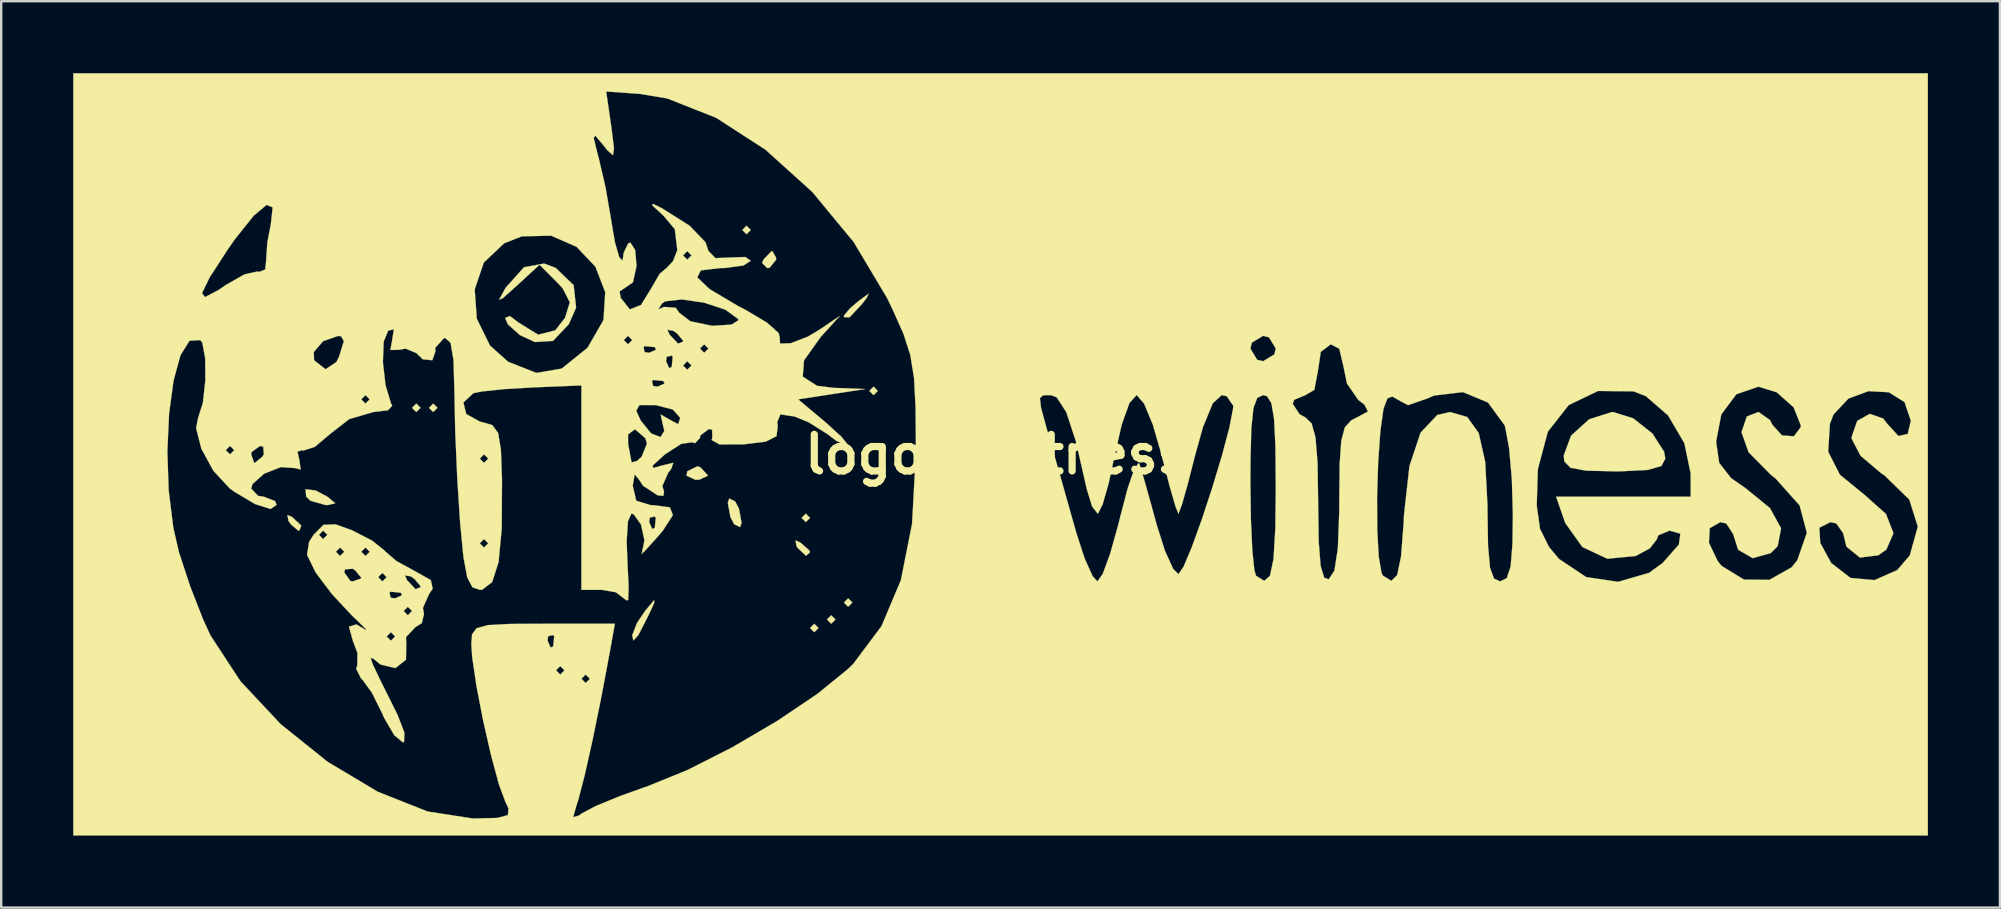
<source format=kicad_pcb>
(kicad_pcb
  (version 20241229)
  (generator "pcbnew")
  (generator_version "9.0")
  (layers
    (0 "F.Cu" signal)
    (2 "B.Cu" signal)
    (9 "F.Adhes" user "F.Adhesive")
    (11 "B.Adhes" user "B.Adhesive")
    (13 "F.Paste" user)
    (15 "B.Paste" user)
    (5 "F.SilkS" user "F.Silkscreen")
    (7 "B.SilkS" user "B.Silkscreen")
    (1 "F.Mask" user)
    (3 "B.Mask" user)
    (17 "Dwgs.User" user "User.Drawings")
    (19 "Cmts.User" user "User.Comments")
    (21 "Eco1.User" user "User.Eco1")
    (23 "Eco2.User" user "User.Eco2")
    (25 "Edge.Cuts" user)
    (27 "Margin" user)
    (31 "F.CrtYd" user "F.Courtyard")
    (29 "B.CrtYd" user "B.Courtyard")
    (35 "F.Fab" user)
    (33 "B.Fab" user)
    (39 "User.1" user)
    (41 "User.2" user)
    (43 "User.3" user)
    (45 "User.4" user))
  (footprint "logo-iwitness"
    (layer "F.Cu")
    (at 38.458 15.88)
    (property "Reference" "logo-iwitness" (at 0 0 0) (layer "F.SilkS") (effects (font (size 1.524 1.524) (thickness 0.3))))
    (attr through_hole)
    (fp_poly (pts (xy -23.989 -1.94) (xy -24.165 -1.764) (xy -24.342 -1.94) (xy -24.165 -2.117) (xy -23.989 -1.94)) (stroke (width 0.01) (type solid)) (fill yes) (layer "F.SilkS"))
    (fp_poly (pts (xy -23.283 -1.94) (xy -23.46 -1.764) (xy -23.636 -1.94) (xy -23.46 -2.117) (xy -23.283 -1.94)) (stroke (width 0.01) (type solid)) (fill yes) (layer "F.SilkS"))
    (fp_poly (pts (xy -10.231 -9.349) (xy -10.407 -9.172) (xy -10.583 -9.349) (xy -10.407 -9.525) (xy -10.231 -9.349)) (stroke (width 0.01) (type solid)) (fill yes) (layer "F.SilkS"))
    (fp_poly (pts (xy -7.761 2.646) (xy -7.938 2.822) (xy -8.114 2.646) (xy -7.938 2.469) (xy -7.761 2.646)) (stroke (width 0.01) (type solid)) (fill yes) (layer "F.SilkS"))
    (fp_poly (pts (xy -7.408 7.232) (xy -7.585 7.408) (xy -7.761 7.232) (xy -7.585 7.056) (xy -7.408 7.232)) (stroke (width 0.01) (type solid)) (fill yes) (layer "F.SilkS"))
    (fp_poly (pts (xy -6.703 6.879) (xy -6.879 7.056) (xy -7.056 6.879) (xy -6.879 6.703) (xy -6.703 6.879)) (stroke (width 0.01) (type solid)) (fill yes) (layer "F.SilkS"))
    (fp_poly (pts (xy -5.997 6.174) (xy -6.174 6.35) (xy -6.35 6.174) (xy -6.174 5.997) (xy -5.997 6.174)) (stroke (width 0.01) (type solid)) (fill yes) (layer "F.SilkS"))
    (fp_poly (pts (xy -4.939 -2.646) (xy -5.115 -2.469) (xy -5.292 -2.646) (xy -5.115 -2.822) (xy -4.939 -2.646)) (stroke (width 0.01) (type solid)) (fill yes) (layer "F.SilkS"))
    (fp_poly (pts (xy -29.335 2.612) (xy -28.956 2.967) (xy -29.034 3.172) (xy -29.083 3.175) (xy -29.382 2.924) (xy -29.491 2.768) (xy -29.532 2.526) (xy -29.335 2.612)) (stroke (width 0.01) (type solid)) (fill yes) (layer "F.SilkS"))
    (fp_poly (pts (xy -12.323 0.544) (xy -12.01 0.885) (xy -12.366 1.051) (xy -12.544 1.058) (xy -12.908 0.885) (xy -12.873 0.7) (xy -12.45 0.496) (xy -12.323 0.544)) (stroke (width 0.01) (type solid)) (fill yes) (layer "F.SilkS"))
    (fp_poly (pts (xy -8.168 3.67) (xy -7.793 3.998) (xy -7.761 4.078) (xy -7.929 4.223) (xy -8.277 3.898) (xy -8.324 3.826) (xy -8.366 3.585) (xy -8.168 3.67)) (stroke (width 0.01) (type solid)) (fill yes) (layer "F.SilkS"))
    (fp_poly (pts (xy -28.359 1.504) (xy -27.869 1.764) (xy -27.539 2.038) (xy -27.857 2.11) (xy -27.937 2.111) (xy -28.575 1.932) (xy -28.751 1.764) (xy -28.78 1.452) (xy -28.359 1.504)) (stroke (width 0.01) (type solid)) (fill yes) (layer "F.SilkS"))
    (fp_poly (pts (xy -14.255 6.191) (xy -14.492 6.703) (xy -14.913 7.527) (xy -15.122 7.756) (xy -15.169 7.535) (xy -14.968 7.017) (xy -14.621 6.506) (xy -14.256 6.072) (xy -14.255 6.191)) (stroke (width 0.01) (type solid)) (fill yes) (layer "F.SilkS"))
    (fp_poly (pts (xy -10.881 1.958) (xy -10.724 2.258) (xy -10.614 2.848) (xy -10.673 3.029) (xy -10.921 2.91) (xy -11.077 2.611) (xy -11.187 2.021) (xy -11.129 1.839) (xy -10.881 1.958)) (stroke (width 0.01) (type solid)) (fill yes) (layer "F.SilkS"))
    (fp_poly (pts (xy -9.176 -8.194) (xy -9.172 -8.114) (xy -9.443 -7.775) (xy -9.546 -7.761) (xy -9.757 -7.977) (xy -9.701 -8.114) (xy -9.384 -8.45) (xy -9.328 -8.467) (xy -9.176 -8.194)) (stroke (width 0.01) (type solid)) (fill yes) (layer "F.SilkS"))
    (fp_poly (pts (xy -5.402 -6.517) (xy -5.599 -6.262) (xy -6.114 -5.713) (xy -6.344 -5.716) (xy -6.35 -5.778) (xy -6.109 -6.072) (xy -5.733 -6.395) (xy -5.315 -6.7) (xy -5.402 -6.517)) (stroke (width 0.01) (type solid)) (fill yes) (layer "F.SilkS"))
    (fp_poly (pts (xy 26.535 -1.501) (xy 27.333 -0.87) (xy 27.821 -0.106) (xy 27.869 0.176) (xy 27.707 0.484) (xy 27.131 0.649) (xy 26.008 0.705) (xy 25.753 0.706) (xy 24.563 0.677) (xy 23.921 0.557) (xy 23.667 0.3) (xy 23.636 0.055) (xy 23.944 -0.782) (xy 24.698 -1.463) (xy 25.641 -1.763) (xy 25.692 -1.764) (xy 26.535 -1.501)) (stroke (width 0.01) (type solid)) (fill yes) (layer "F.SilkS"))
    (fp_poly (pts (xy -18.36 -7.77) (xy -17.61 -7.051) (xy -17.507 -6.114) (xy -17.815 -5.418) (xy -18.471 -4.728) (xy -19.224 -4.681) (xy -19.844 -4.967) (xy -20.353 -5.421) (xy -20.461 -5.687) (xy -20.263 -5.764) (xy -19.907 -5.493) (xy -19.089 -4.986) (xy -18.374 -5.168) (xy -17.969 -5.687) (xy -17.769 -6.335) (xy -18.066 -6.918) (xy -18.3 -7.168) (xy -19.033 -7.9) (xy -19.97 -7.037) (xy -20.563 -6.505) (xy -20.714 -6.446) (xy -20.496 -6.847) (xy -20.427 -6.961) (xy -19.676 -7.798) (xy -18.837 -7.95) (xy -18.36 -7.77)) (stroke (width 0.01) (type solid)) (fill yes) (layer "F.SilkS"))
    (fp_poly (pts (xy -26.85 3.159) (xy -26.014 3.587) (xy -25.496 3.999) (xy -25.48 4.022) (xy -24.992 4.444) (xy -24.218 4.867) (xy -23.559 5.238) (xy -23.483 5.595) (xy -23.631 5.814) (xy -23.889 6.394) (xy -23.845 6.65) (xy -23.936 7.032) (xy -24.204 7.198) (xy -24.595 7.613) (xy -24.582 7.897) (xy -24.595 8.554) (xy -25.037 8.903) (xy -25.654 8.755) (xy -25.695 8.723) (xy -25.957 8.509) (xy -26.067 8.476) (xy -25.986 8.731) (xy -25.677 9.384) (xy -25.101 10.539) (xy -24.947 10.848) (xy -24.662 11.587) (xy -24.675 11.976) (xy -24.729 11.994) (xy -25.082 11.701) (xy -25.505 10.975) (xy -25.589 10.784) (xy -26.015 9.927) (xy -26.407 9.388) (xy -26.459 9.348) (xy -26.671 8.93) (xy -26.624 8.802) (xy -26.616 8.271) (xy -26.807 7.768) (xy -26.858 7.585) (xy -25.4 7.585) (xy -25.224 7.761) (xy -25.047 7.585) (xy -25.224 7.408) (xy -25.4 7.585) (xy -26.858 7.585) (xy -26.97 7.179) (xy -26.66 7.082) (xy -26.259 7.32) (xy -26.257 7.288) (xy -26.668 6.881) (xy -26.856 6.703) (xy -27.021 6.526) (xy -24.694 6.526) (xy -24.518 6.703) (xy -24.342 6.526) (xy -24.518 6.35) (xy -24.694 6.526) (xy -27.021 6.526) (xy -27.679 5.82) (xy -27.723 5.762) (xy -25.282 5.762) (xy -25.234 5.972) (xy -25.047 5.997) (xy -24.757 5.868) (xy -24.812 5.762) (xy -25.231 5.72) (xy -25.282 5.762) (xy -27.723 5.762) (xy -28.353 4.925) (xy -28.357 4.918) (xy -27.164 4.918) (xy -26.908 5.277) (xy -26.811 5.292) (xy -26.468 5.171) (xy -26.458 5.136) (xy -26.475 5.115) (xy -25.753 5.115) (xy -25.576 5.292) (xy -25.4 5.115) (xy -25.475 5.04) (xy -24.638 5.04) (xy -24.552 5.237) (xy -24.197 5.616) (xy -23.992 5.538) (xy -23.989 5.489) (xy -24.239 5.19) (xy -24.396 5.082) (xy -24.638 5.04) (xy -25.475 5.04) (xy -25.576 4.939) (xy -25.753 5.115) (xy -26.475 5.115) (xy -26.706 4.835) (xy -26.811 4.763) (xy -27.136 4.79) (xy -27.164 4.918) (xy -28.357 4.918) (xy -28.359 4.916) (xy -28.716 4.186) (xy -28.696 4.057) (xy -27.517 4.057) (xy -27.34 4.233) (xy -27.164 4.057) (xy -26.458 4.057) (xy -26.282 4.233) (xy -26.106 4.057) (xy -26.282 3.881) (xy -26.458 4.057) (xy -27.164 4.057) (xy -27.34 3.881) (xy -27.517 4.057) (xy -28.696 4.057) (xy -28.631 3.643) (xy -28.444 3.354) (xy -28.442 3.351) (xy -28.222 3.351) (xy -28.046 3.528) (xy -27.869 3.351) (xy -28.046 3.175) (xy -28.222 3.351) (xy -28.442 3.351) (xy -28.035 2.937) (xy -27.53 2.914) (xy -26.85 3.159)) (stroke (width 0.01) (type solid)) (fill yes) (layer "F.SilkS"))
    (fp_poly (pts (xy 38.806 15.875) (xy -38.453 15.875) (xy -38.453 -0.139) (xy -34.536 -0.139) (xy -34.482 1.489) (xy -34.289 3.052) (xy -34.052 4.079) (xy -33.588 5.491) (xy -33.05 6.869) (xy -32.737 7.548) (xy -31.49 9.451) (xy -29.814 11.24) (xy -27.856 12.81) (xy -25.767 14.057) (xy -23.695 14.878) (xy -21.812 15.169) (xy -20.797 15.146) (xy -20.348 15.028) (xy -20.325 14.747) (xy -20.449 14.487) (xy -20.724 13.742) (xy -21.051 12.533) (xy -21.379 11.094) (xy -21.657 9.659) (xy -21.703 9.349) (xy -17.286 9.349) (xy -17.11 9.525) (xy -16.933 9.349) (xy -17.11 9.172) (xy -17.286 9.349) (xy -21.703 9.349) (xy -21.755 8.996) (xy -18.344 8.996) (xy -18.168 9.172) (xy -17.992 8.996) (xy -18.168 8.819) (xy -18.344 8.996) (xy -21.755 8.996) (xy -21.835 8.461) (xy -21.872 7.914) (xy -21.861 7.761) (xy -18.697 7.761) (xy -18.568 8.051) (xy -18.462 7.996) (xy -18.42 7.578) (xy -18.462 7.526) (xy -18.672 7.574) (xy -18.697 7.761) (xy -21.861 7.761) (xy -21.842 7.498) (xy -21.658 7.244) (xy -21.18 7.112) (xy -20.268 7.063) (xy -18.882 7.056) (xy -15.893 7.056) (xy -16.098 8.202) (xy -16.455 10.107) (xy -16.817 11.88) (xy -17.147 13.356) (xy -17.41 14.374) (xy -17.498 14.64) (xy -17.629 15.116) (xy -17.381 15.042) (xy -17.264 14.954) (xy -16.68 14.645) (xy -15.652 14.224) (xy -14.505 13.815) (xy -12.863 13.148) (xy -10.999 12.202) (xy -9.124 11.102) (xy -7.444 9.97) (xy -6.169 8.932) (xy -5.955 8.72) (xy -4.783 7.153) (xy -3.978 5.244) (xy -3.511 2.892) (xy -3.352 -0.004) (xy -3.351 -0.176) (xy -3.364 -1.921) (xy -3.385 -2.343) (xy 1.815 -2.343) (xy 1.862 -1.941) (xy 2.092 -1.095) (xy 2.261 -0.505) (xy 2.656 0.879) (xy 3.105 2.468) (xy 3.33 3.263) (xy 3.68 4.339) (xy 4.012 5.075) (xy 4.213 5.292) (xy 4.435 4.974) (xy 4.744 4.132) (xy 5.08 2.93) (xy 5.16 2.604) (xy 5.471 1.418) (xy 5.743 0.626) (xy 5.929 0.357) (xy 5.961 0.399) (xy 6.139 0.986) (xy 6.427 2.005) (xy 6.681 2.935) (xy 7.026 4.021) (xy 7.365 4.766) (xy 7.585 4.99) (xy 7.801 4.678) (xy 8.146 3.857) (xy 8.565 2.697) (xy 9.001 1.371) (xy 9.06 1.176) (xy 10.583 1.176) (xy 10.605 2.715) (xy 10.663 3.981) (xy 10.748 4.815) (xy 10.819 5.056) (xy 11.162 5.27) (xy 11.4 5.059) (xy 11.548 4.353) (xy 11.623 3.078) (xy 11.642 1.411) (xy 11.627 -0.326) (xy 11.571 -1.47) (xy 11.464 -2.106) (xy 12.347 -2.106) (xy 12.629 -1.676) (xy 12.876 -1.539) (xy 13.134 -1.292) (xy 13.296 -0.71) (xy 13.381 0.33) (xy 13.406 1.948) (xy 13.406 2.007) (xy 13.43 3.638) (xy 13.51 4.652) (xy 13.66 5.139) (xy 13.847 5.203) (xy 14.084 4.843) (xy 14.228 3.913) (xy 14.286 2.355) (xy 14.287 1.911) (xy 14.289 1.745) (xy 15.862 1.745) (xy 15.868 3.112) (xy 15.928 4.24) (xy 16.048 4.941) (xy 16.11 5.056) (xy 16.459 5.269) (xy 16.7 5.029) (xy 16.86 4.259) (xy 16.967 2.879) (xy 16.985 2.505) (xy 17.211 0.482) (xy 17.674 -0.904) (xy 18.368 -1.64) (xy 18.903 -1.764) (xy 19.617 -1.558) (xy 20.095 -0.891) (xy 20.367 0.312) (xy 20.461 2.123) (xy 20.461 2.318) (xy 20.484 3.81) (xy 20.567 4.721) (xy 20.733 5.174) (xy 20.99 5.292) (xy 21.263 5.158) (xy 21.426 4.673) (xy 21.503 3.712) (xy 21.519 2.492) (xy 21.509 2.134) (xy 22.513 2.134) (xy 22.65 3.105) (xy 23.023 3.854) (xy 23.443 4.358) (xy 24.576 5.113) (xy 25.905 5.309) (xy 27.194 4.936) (xy 27.759 4.525) (xy 28.436 3.755) (xy 28.445 3.684) (xy 29.687 3.684) (xy 30.052 4.444) (xy 30.217 4.647) (xy 31.146 5.216) (xy 32.207 5.228) (xy 33.136 4.701) (xy 33.368 4.412) (xy 33.767 3.265) (xy 33.712 3.055) (xy 34.287 3.055) (xy 34.325 3.691) (xy 34.783 4.527) (xy 35.586 5.148) (xy 36.584 5.238) (xy 37.532 4.821) (xy 38.055 4.209) (xy 38.39 3.007) (xy 38.035 1.883) (xy 37.005 0.878) (xy 36.872 0.791) (xy 36.004 0.057) (xy 35.634 -0.653) (xy 35.631 -0.72) (xy 35.865 -1.397) (xy 36.392 -1.689) (xy 36.949 -1.493) (xy 37.103 -1.289) (xy 37.582 -0.765) (xy 37.969 -0.852) (xy 38.1 -1.399) (xy 37.836 -2.18) (xy 37.18 -2.589) (xy 36.333 -2.635) (xy 35.498 -2.324) (xy 34.878 -1.665) (xy 34.726 -1.272) (xy 34.654 -0.11) (xy 35.143 0.847) (xy 36.161 1.679) (xy 37.062 2.481) (xy 37.376 3.281) (xy 37.077 3.967) (xy 36.743 4.204) (xy 35.977 4.299) (xy 35.416 3.844) (xy 35.278 3.281) (xy 34.994 2.875) (xy 34.749 2.822) (xy 34.287 3.055) (xy 33.712 3.055) (xy 33.465 2.125) (xy 32.466 1.006) (xy 32.276 0.856) (xy 31.34 -0.089) (xy 31.044 -0.924) (xy 31.267 -1.578) (xy 31.753 -1.767) (xy 32.234 -1.426) (xy 32.328 -1.235) (xy 32.728 -0.791) (xy 33.225 -0.753) (xy 33.509 -1.128) (xy 33.514 -1.21) (xy 33.215 -1.962) (xy 32.512 -2.587) (xy 31.75 -2.822) (xy 30.829 -2.506) (xy 30.201 -1.663) (xy 29.986 -0.533) (xy 30.112 0.349) (xy 30.61 0.989) (xy 31.203 1.4) (xy 32.23 2.237) (xy 32.693 3.078) (xy 32.551 3.823) (xy 32.263 4.112) (xy 31.513 4.323) (xy 30.904 3.972) (xy 30.692 3.308) (xy 30.408 2.878) (xy 30.163 2.822) (xy 29.722 3.073) (xy 29.687 3.684) (xy 28.445 3.684) (xy 28.497 3.302) (xy 28.046 3.175) (xy 27.576 3.37) (xy 27.517 3.537) (xy 27.225 3.916) (xy 26.633 4.234) (xy 25.456 4.347) (xy 24.412 3.857) (xy 23.705 2.863) (xy 23.672 2.774) (xy 23.32 1.764) (xy 28.928 1.764) (xy 28.926 0.794) (xy 28.663 -0.47) (xy 27.985 -1.622) (xy 27.059 -2.427) (xy 26.545 -2.627) (xy 25.067 -2.642) (xy 23.843 -2.053) (xy 22.975 -0.944) (xy 22.564 0.599) (xy 22.556 0.706) (xy 22.513 2.134) (xy 21.509 2.134) (xy 21.476 1.03) (xy 21.362 -0.263) (xy 21.2 -1.137) (xy 21.173 -1.218) (xy 20.483 -2.161) (xy 19.439 -2.595) (xy 18.237 -2.452) (xy 17.97 -2.335) (xy 17.155 -2.051) (xy 16.842 -2.215) (xy 16.497 -2.411) (xy 16.295 -2.335) (xy 16.128 -1.9) (xy 15.997 -0.95) (xy 15.907 0.328) (xy 15.862 1.745) (xy 14.289 1.745) (xy 14.303 0.391) (xy 14.371 -0.572) (xy 14.52 -1.126) (xy 14.783 -1.418) (xy 14.993 -1.524) (xy 15.482 -1.785) (xy 15.339 -2.069) (xy 15.081 -2.268) (xy 14.608 -2.951) (xy 14.464 -3.655) (xy 14.288 -4.401) (xy 13.935 -4.586) (xy 13.515 -4.271) (xy 13.406 -3.528) (xy 13.248 -2.688) (xy 12.876 -2.469) (xy 12.407 -2.273) (xy 12.347 -2.106) (xy 11.464 -2.106) (xy 11.46 -2.132) (xy 11.278 -2.424) (xy 11.113 -2.469) (xy 10.869 -2.355) (xy 10.712 -1.935) (xy 10.623 -1.095) (xy 10.587 0.28) (xy 10.583 1.176) (xy 9.06 1.176) (xy 9.4 0.048) (xy 9.705 -1.099) (xy 9.861 -1.899) (xy 9.87 -2.028) (xy 9.597 -2.426) (xy 9.387 -2.469) (xy 9.016 -2.127) (xy 8.607 -1.134) (xy 8.29 0) (xy 7.983 1.203) (xy 7.734 2.082) (xy 7.592 2.465) (xy 7.585 2.469) (xy 7.459 2.155) (xy 7.22 1.325) (xy 6.916 0.151) (xy 6.879 0) (xy 6.519 -1.241) (xy 6.154 -2.117) (xy 5.852 -2.468) (xy 5.839 -2.469) (xy 5.545 -2.14) (xy 5.222 -1.236) (xy 4.939 0) (xy 4.678 1.21) (xy 4.426 2.09) (xy 4.234 2.466) (xy 4.221 2.469) (xy 3.988 2.164) (xy 3.76 1.42) (xy 3.743 1.342) (xy 3.316 -0.539) (xy 2.913 -1.763) (xy 2.516 -2.376) (xy 2.279 -2.469) (xy 1.954 -2.465) (xy 1.815 -2.343) (xy -3.385 -2.343) (xy -3.428 -3.171) (xy -3.583 -4.136) (xy -3.671 -4.41) (xy 10.583 -4.41) (xy 10.866 -3.942) (xy 11.113 -3.881) (xy 11.58 -4.163) (xy 11.642 -4.41) (xy 11.359 -4.877) (xy 11.113 -4.939) (xy 10.645 -4.657) (xy 10.583 -4.41) (xy -3.671 -4.41) (xy -3.87 -5.027) (xy -4.328 -6.053) (xy -4.558 -6.526) (xy -5.942 -8.846) (xy -7.667 -10.933) (xy -9.615 -12.691) (xy -11.67 -14.022) (xy -13.712 -14.829) (xy -14.847 -15.018) (xy -16.254 -15.119) (xy -16.04 -13.645) (xy -15.928 -12.755) (xy -15.972 -12.465) (xy -16.214 -12.68) (xy -16.369 -12.876) (xy -16.706 -13.28) (xy -16.776 -13.182) (xy -16.608 -12.501) (xy -16.565 -12.347) (xy -16.279 -11.114) (xy -16.053 -9.802) (xy -16.043 -9.726) (xy -15.888 -8.828) (xy -15.714 -8.228) (xy -15.574 -8.059) (xy -15.522 -8.408) (xy -15.333 -8.797) (xy -15.241 -8.819) (xy -15.047 -8.515) (xy -14.99 -7.849) (xy -15.14 -7.168) (xy -15.435 -6.963) (xy -15.695 -6.79) (xy -15.648 -6.522) (xy -15.268 -6.038) (xy -15.264 -6.04) (xy -14.089 -6.04) (xy -13.844 -6.144) (xy -13.355 -6.108) (xy -13.211 -5.9) (xy -12.752 -5.547) (xy -11.876 -5.363) (xy -11.787 -5.358) (xy -11.029 -5.408) (xy -10.741 -5.591) (xy -10.758 -5.642) (xy -11.289 -6.029) (xy -12.172 -6.321) (xy -13.109 -6.456) (xy -13.801 -6.375) (xy -13.924 -6.291) (xy -14.089 -6.04) (xy -15.264 -6.04) (xy -14.804 -6.226) (xy -14.4 -6.879) (xy -14.023 -7.526) (xy -13.743 -7.761) (xy -13.464 -8.055) (xy -13.375 -8.29) (xy -13.053 -8.29) (xy -12.876 -8.114) (xy -12.7 -8.29) (xy -12.876 -8.467) (xy -13.053 -8.29) (xy -13.375 -8.29) (xy -13.291 -8.515) (xy -13.395 -9.382) (xy -13.867 -9.946) (xy -14.345 -10.385) (xy -14.292 -10.432) (xy -13.935 -10.256) (xy -12.785 -9.532) (xy -12.115 -8.837) (xy -11.994 -8.475) (xy -11.702 -8.176) (xy -11.113 -8.2) (xy -10.457 -8.224) (xy -10.231 -8.065) (xy -10.542 -7.867) (xy -11.31 -7.765) (xy -11.508 -7.761) (xy -12.312 -7.666) (xy -12.458 -7.375) (xy -11.941 -6.882) (xy -10.757 -6.18) (xy -10.422 -6.005) (xy -9.557 -5.489) (xy -9.069 -5.057) (xy -9.027 -4.889) (xy -9.011 -4.615) (xy -8.557 -4.632) (xy -7.853 -4.906) (xy -7.399 -5.175) (xy -6.526 -5.764) (xy -7.32 -4.888) (xy -8.012 -3.917) (xy -8.064 -3.24) (xy -7.475 -2.859) (xy -6.791 -2.772) (xy -5.468 -2.722) (xy -6.862 -2.508) (xy -8.256 -2.293) (xy -7.1 -1.323) (xy -6.457 -0.739) (xy -6.18 -0.393) (xy -6.207 -0.353) (xy -6.66 -0.56) (xy -7.028 -0.84) (xy -7.824 -1.342) (xy -8.401 -1.577) (xy -8.997 -1.668) (xy -9.129 -1.344) (xy -9.107 -1.177) (xy -9.159 -0.757) (xy -9.609 -0.53) (xy -10.53 -0.419) (xy -11.531 -0.416) (xy -11.861 -0.598) (xy -11.832 -0.684) (xy -11.839 -1.024) (xy -11.974 -1.058) (xy -12.333 -0.788) (xy -12.347 -0.685) (xy -12.557 -0.463) (xy -12.663 -0.506) (xy -13.124 -0.44) (xy -13.796 -0.009) (xy -13.81 0.003) (xy -14.319 0.464) (xy -14.294 0.57) (xy -13.935 0.464) (xy -13.457 0.351) (xy -13.548 0.608) (xy -13.667 0.76) (xy -13.914 1.315) (xy -13.843 1.561) (xy -13.874 1.728) (xy -14.111 1.705) (xy -14.718 1.306) (xy -14.88 1.058) (xy -15.066 0.829) (xy -15.143 1.269) (xy -15.145 1.323) (xy -15.002 1.931) (xy -14.397 2.115) (xy -14.287 2.117) (xy -13.604 2.204) (xy -13.475 2.528) (xy -13.894 3.178) (xy -14.201 3.535) (xy -14.664 4.042) (xy -14.794 4.158) (xy -14.769 4.123) (xy -14.66 3.58) (xy -14.805 2.916) (xy -14.873 2.822) (xy -14.464 2.822) (xy -14.335 3.113) (xy -14.229 3.057) (xy -14.186 2.639) (xy -14.229 2.587) (xy -14.438 2.635) (xy -14.464 2.822) (xy -14.873 2.822) (xy -15.108 2.495) (xy -15.206 2.469) (xy -15.348 2.788) (xy -15.401 3.612) (xy -15.369 4.498) (xy -15.32 5.498) (xy -15.337 6.06) (xy -15.403 6.085) (xy -15.854 5.744) (xy -16.434 5.644) (xy -17.286 5.644) (xy -17.286 -0.832) (xy -15.342 -0.832) (xy -15.342 -0.441) (xy -15.227 0.169) (xy -15.196 0.335) (xy -14.975 0.275) (xy -14.777 0.101) (xy -14.556 -0.451) (xy -14.621 -0.675) (xy -15.055 -1.047) (xy -15.342 -0.832) (xy -17.286 -0.832) (xy -17.286 -1.813) (xy -15 -1.813) (xy -14.82 -1.418) (xy -14.385 -0.875) (xy -13.99 -0.721) (xy -13.831 -0.983) (xy -13.905 -1.285) (xy -13.985 -1.663) (xy -13.656 -1.473) (xy -13.649 -1.467) (xy -13.255 -1.259) (xy -13.17 -1.523) (xy -13.477 -1.869) (xy -14.186 -2.053) (xy -14.874 -2.054) (xy -15 -1.813) (xy -17.286 -1.813) (xy -17.286 -2.873) (xy -19.315 -2.79) (xy -20.501 -2.719) (xy -21.426 -2.622) (xy -21.784 -2.551) (xy -22.203 -2.164) (xy -22.086 -1.682) (xy -21.506 -1.36) (xy -21.431 -1.347) (xy -21.001 -1.223) (xy -20.756 -0.892) (xy -20.64 -0.189) (xy -20.594 1.052) (xy -20.594 1.058) (xy -20.606 3.092) (xy -20.738 4.491) (xy -21.004 5.318) (xy -21.417 5.636) (xy -21.513 5.644) (xy -21.826 5.536) (xy -22.043 5.123) (xy -22.201 4.275) (xy -22.256 3.704) (xy -21.519 3.704) (xy -21.343 3.881) (xy -21.167 3.704) (xy -21.343 3.528) (xy -21.519 3.704) (xy -22.256 3.704) (xy -22.337 2.862) (xy -22.347 2.734) (xy -22.461 0.951) (xy -22.494 0.176) (xy -21.519 0.176) (xy -21.343 0.353) (xy -21.167 0.176) (xy -21.343 0) (xy -21.519 0.176) (xy -22.494 0.176) (xy -22.543 -0.948) (xy -22.576 -2.559) (xy -22.576 -2.587) (xy -22.589 -3.057) (xy -14.346 -3.057) (xy -14.298 -2.848) (xy -14.111 -2.822) (xy -13.821 -2.951) (xy -13.876 -3.057) (xy -14.295 -3.1) (xy -14.346 -3.057) (xy -22.589 -3.057) (xy -22.614 -3.925) (xy -22.737 -4.649) (xy -22.963 -4.85) (xy -23.019 -4.836) (xy -23.371 -4.445) (xy -23.372 -4.277) (xy -23.497 -3.922) (xy -23.897 -3.962) (xy -24.156 -4.218) (xy -24.614 -4.409) (xy -24.886 -4.355) (xy -25.243 -4.35) (xy -25.168 -4.781) (xy -25.099 -5.211) (xy -25.335 -5.155) (xy -25.524 -4.694) (xy -25.556 -3.839) (xy -25.447 -2.881) (xy -25.214 -2.111) (xy -25.168 -2.028) (xy -25.345 -1.838) (xy -25.956 -1.764) (xy -26.959 -1.47) (xy -27.742 -0.862) (xy -28.387 -0.317) (xy -28.878 -0.156) (xy -28.925 -0.175) (xy -29.118 -0.113) (xy -29.04 0.216) (xy -28.982 0.63) (xy -29.213 0.571) (xy -29.798 0.528) (xy -30.503 0.803) (xy -30.988 1.236) (xy -31.044 1.424) (xy -30.759 1.726) (xy -30.515 1.764) (xy -30.046 1.948) (xy -29.986 2.105) (xy -30.238 2.273) (xy -30.88 2.07) (xy -31.746 1.555) (xy -31.943 1.411) (xy -32.617 0.683) (xy -33.086 -0.176) (xy -32.103 -0.176) (xy -31.926 0) (xy -31.044 0) (xy -30.924 0.344) (xy -30.889 0.353) (xy -30.588 0.106) (xy -30.515 0) (xy -30.543 -0.325) (xy -30.671 -0.353) (xy -31.03 -0.097) (xy -31.044 0) (xy -31.926 0) (xy -31.75 -0.176) (xy -31.926 -0.353) (xy -32.103 -0.176) (xy -33.086 -0.176) (xy -33.12 -0.239) (xy -33.339 -1.095) (xy -33.254 -1.526) (xy -33.055 -2.149) (xy -33.039 -2.293) (xy -26.458 -2.293) (xy -26.282 -2.117) (xy -26.106 -2.293) (xy -26.282 -2.469) (xy -26.458 -2.293) (xy -33.039 -2.293) (xy -32.954 -3.07) (xy -32.959 -3.999) (xy -33.008 -4.263) (xy -28.436 -4.263) (xy -28.423 -3.92) (xy -27.945 -3.546) (xy -27.495 -3.845) (xy -27.378 -4.086) (xy -27.181 -4.72) (xy -27.302 -4.925) (xy -27.428 -4.933) (xy -28.048 -4.716) (xy -28.436 -4.263) (xy -33.008 -4.263) (xy -33.078 -4.646) (xy -33.164 -4.764) (xy -33.615 -4.733) (xy -33.99 -4.128) (xy -34.278 -3.075) (xy -34.464 -1.702) (xy -34.536 -0.139) (xy -38.453 -0.139) (xy -38.453 -6.716) (xy -33.093 -6.716) (xy -32.966 -6.553) (xy -32.398 -6.852) (xy -32.369 -6.872) (xy -21.732 -6.872) (xy -21.644 -5.65) (xy -21.094 -4.532) (xy -20.34 -3.859) (xy -19.161 -3.393) (xy -18.108 -3.574) (xy -17.727 -3.881) (xy -13.758 -3.881) (xy -13.629 -3.59) (xy -13.523 -3.645) (xy -13.517 -3.704) (xy -13.053 -3.704) (xy -12.876 -3.528) (xy -12.7 -3.704) (xy -12.876 -3.881) (xy -13.053 -3.704) (xy -13.517 -3.704) (xy -13.481 -4.064) (xy -13.523 -4.116) (xy -13.733 -4.067) (xy -13.758 -3.881) (xy -17.727 -3.881) (xy -17.053 -4.423) (xy -17.022 -4.458) (xy -17.015 -4.469) (xy -14.699 -4.469) (xy -14.651 -4.259) (xy -14.464 -4.233) (xy -14.174 -4.362) (xy -14.198 -4.41) (xy -12.347 -4.41) (xy -12.171 -4.233) (xy -11.994 -4.41) (xy -12.171 -4.586) (xy -12.347 -4.41) (xy -14.198 -4.41) (xy -14.229 -4.469) (xy -14.647 -4.511) (xy -14.699 -4.469) (xy -17.015 -4.469) (xy -16.846 -4.762) (xy -15.522 -4.762) (xy -15.346 -4.586) (xy -15.169 -4.762) (xy -15.346 -4.939) (xy -15.522 -4.762) (xy -16.846 -4.762) (xy -16.599 -5.191) (xy -13.701 -5.191) (xy -13.616 -4.993) (xy -13.26 -4.615) (xy -13.056 -4.692) (xy -13.053 -4.742) (xy -13.303 -5.04) (xy -13.46 -5.149) (xy -13.701 -5.191) (xy -16.599 -5.191) (xy -16.366 -5.595) (xy -16.294 -6.759) (xy -16.702 -7.819) (xy -17.487 -8.646) (xy -18.543 -9.111) (xy -19.768 -9.084) (xy -20.501 -8.798) (xy -21.354 -7.99) (xy -21.732 -6.872) (xy -32.369 -6.872) (xy -32.105 -7.054) (xy -31.331 -7.496) (xy -30.776 -7.622) (xy -30.715 -7.599) (xy -30.459 -7.701) (xy -30.425 -8.018) (xy -30.371 -8.83) (xy -30.223 -9.604) (xy -30.148 -10.289) (xy -30.4 -10.396) (xy -30.937 -9.947) (xy -31.719 -8.967) (xy -32.016 -8.543) (xy -32.776 -7.37) (xy -33.093 -6.716) (xy -38.453 -6.716) (xy -38.453 -15.875) (xy 38.806 -15.875) (xy 38.806 15.875)) (stroke (width 0.01) (type solid)) (fill yes) (layer "F.SilkS")))
  (gr_rect
    (start -3 -3)
    (end 80.268 34.76)
    (stroke (width 0.1) (type default))
    (fill no)
    (layer "Edge.Cuts")))
</source>
